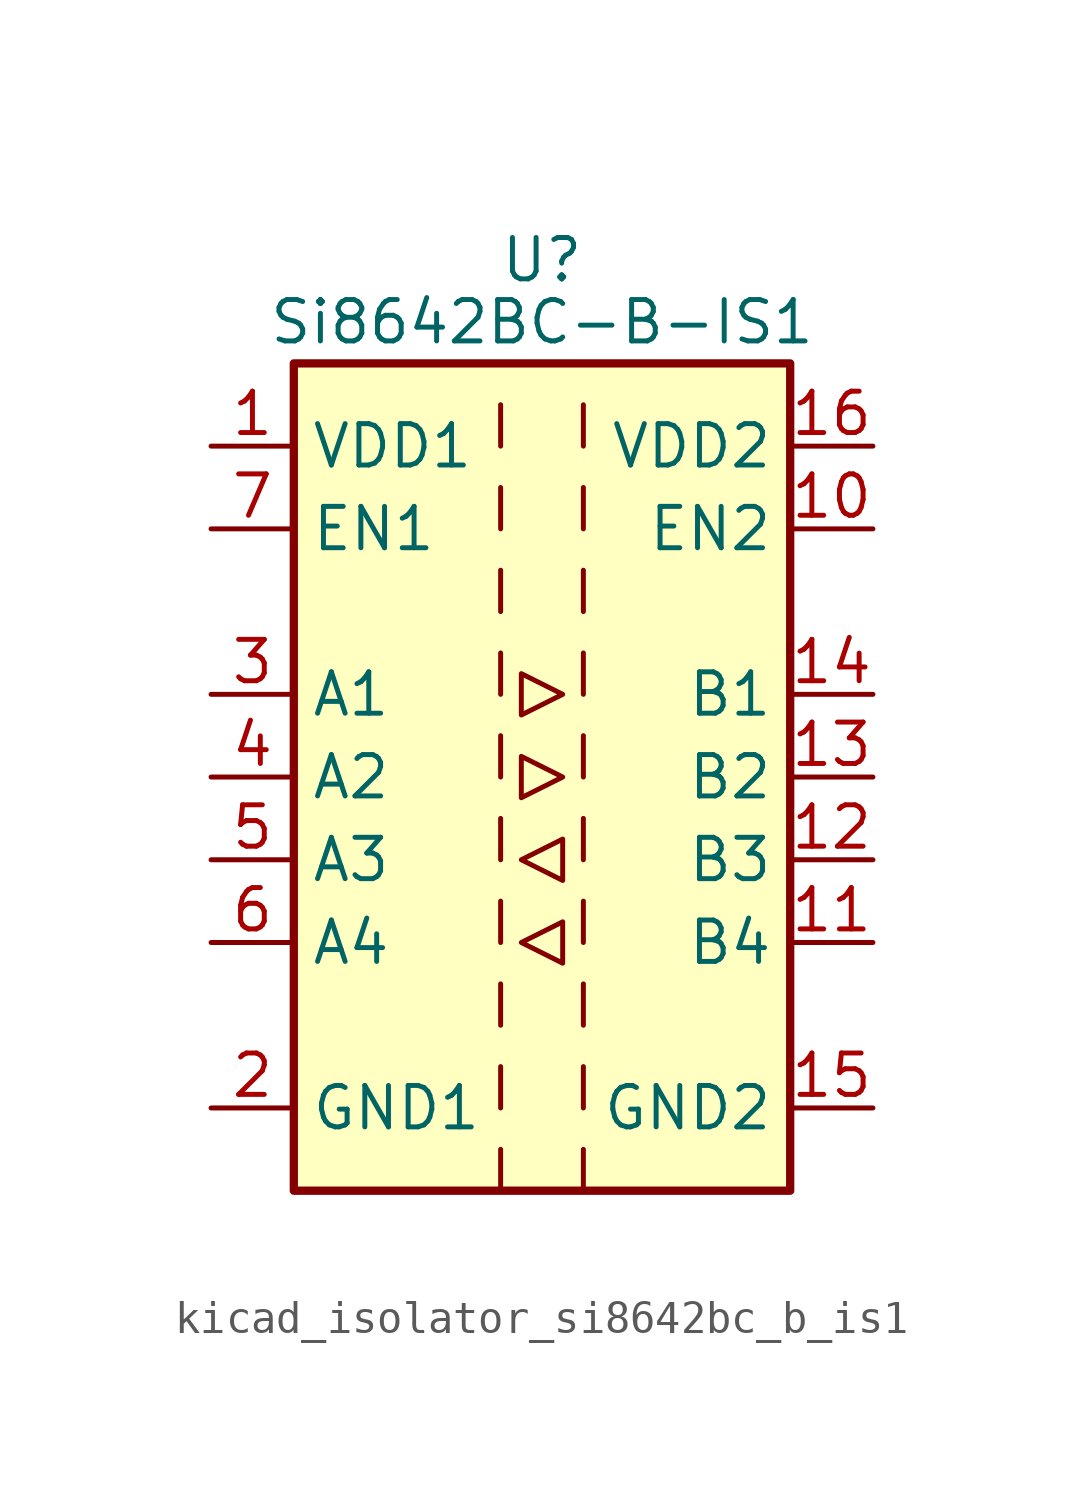
<source format=kicad_sym>
(kicad_symbol_lib
  (version 20220914)
  (generator kicad_symbol_editor)
  (symbol "kicad_isolator_si8642bc_b_is1"
    (property "Reference" "U"
      (at 0 15.875 0)
      (effects (font (size 1.27 1.27))))
    (property "Value" "Si8642BC-B-IS1"
      (at 0 13.97 0)
      (effects (font (size 1.27 1.27))))
    (symbol "kicad_isolator_si8642bc_b_is1_0_1"
      (rectangle (start -7.62 12.7) (end 7.62 -12.7) (stroke (width 0.254) (type default)) (fill (type background)))
      (polyline (pts (xy -1.27 -11.43) (xy -1.27 -12.7)) (stroke (width 0) (type default)) (fill (type none)))
      (polyline (pts (xy -1.27 -8.89) (xy -1.27 -10.16)) (stroke (width 0) (type default)) (fill (type none)))
      (polyline (pts (xy -1.27 -6.35) (xy -1.27 -7.62)) (stroke (width 0) (type default)) (fill (type none)))
      (polyline (pts (xy -1.27 -3.81) (xy -1.27 -5.08)) (stroke (width 0) (type default)) (fill (type none)))
      (polyline (pts (xy -1.27 -1.27) (xy -1.27 -2.54)) (stroke (width 0) (type default)) (fill (type none)))
      (polyline (pts (xy -1.27 1.27) (xy -1.27 0)) (stroke (width 0) (type default)) (fill (type none)))
      (polyline (pts (xy -1.27 3.81) (xy -1.27 2.54)) (stroke (width 0) (type default)) (fill (type none)))
      (polyline (pts (xy -1.27 6.35) (xy -1.27 5.08)) (stroke (width 0) (type default)) (fill (type none)))
      (polyline (pts (xy -1.27 8.89) (xy -1.27 7.62)) (stroke (width 0) (type default)) (fill (type none)))
      (polyline (pts (xy -1.27 11.43) (xy -1.27 10.16)) (stroke (width 0) (type default)) (fill (type none)))
      (polyline (pts (xy 1.27 -11.43) (xy 1.27 -12.7)) (stroke (width 0) (type default)) (fill (type none)))
      (polyline (pts (xy 1.27 -8.89) (xy 1.27 -10.16)) (stroke (width 0) (type default)) (fill (type none)))
      (polyline (pts (xy 1.27 -6.35) (xy 1.27 -7.62)) (stroke (width 0) (type default)) (fill (type none)))
      (polyline (pts (xy 1.27 -3.81) (xy 1.27 -5.08)) (stroke (width 0) (type default)) (fill (type none)))
      (polyline (pts (xy 1.27 -1.27) (xy 1.27 -2.54)) (stroke (width 0) (type default)) (fill (type none)))
      (polyline (pts (xy 1.27 1.27) (xy 1.27 0)) (stroke (width 0) (type default)) (fill (type none)))
      (polyline (pts (xy 1.27 3.81) (xy 1.27 2.54)) (stroke (width 0) (type default)) (fill (type none)))
      (polyline (pts (xy 1.27 6.35) (xy 1.27 5.08)) (stroke (width 0) (type default)) (fill (type none)))
      (polyline (pts (xy 1.27 8.89) (xy 1.27 7.62)) (stroke (width 0) (type default)) (fill (type none)))
      (polyline (pts (xy 1.27 11.43) (xy 1.27 10.16)) (stroke (width 0) (type default)) (fill (type none)))
      (polyline (pts (xy -0.635 -5.08) (xy 0.635 -4.445) (xy 0.635 -5.715) (xy -0.635 -5.08)) (stroke (width 0) (type default)) (fill (type none)))
      (polyline (pts (xy -0.635 -2.54) (xy 0.635 -1.905) (xy 0.635 -3.175) (xy -0.635 -2.54)) (stroke (width 0) (type default)) (fill (type none)))
      (polyline (pts (xy -0.635 0.635) (xy -0.635 -0.635) (xy 0.635 0) (xy -0.635 0.635)) (stroke (width 0) (type default)) (fill (type none)))
      (polyline (pts (xy -0.635 3.175) (xy -0.635 1.905) (xy 0.635 2.54) (xy -0.635 3.175)) (stroke (width 0) (type default)) (fill (type none))))
    (symbol "kicad_isolator_si8642bc_b_is1_1_1"
      (pin power_in line (at -10.16 10.16 0) (length 2.54) (name "VDD1" (effects (font (size 1.27 1.27)))) (number "1" (effects (font (size 1.27 1.27)))))
      (pin input line (at 10.16 7.62 180) (length 2.54) (name "EN2" (effects (font (size 1.27 1.27)))) (number "10" (effects (font (size 1.27 1.27)))))
      (pin input line (at 10.16 -5.08 180) (length 2.54) (name "B4" (effects (font (size 1.27 1.27)))) (number "11" (effects (font (size 1.27 1.27)))))
      (pin input line (at 10.16 -2.54 180) (length 2.54) (name "B3" (effects (font (size 1.27 1.27)))) (number "12" (effects (font (size 1.27 1.27)))))
      (pin output line (at 10.16 0 180) (length 2.54) (name "B2" (effects (font (size 1.27 1.27)))) (number "13" (effects (font (size 1.27 1.27)))))
      (pin output line (at 10.16 2.54 180) (length 2.54) (name "B1" (effects (font (size 1.27 1.27)))) (number "14" (effects (font (size 1.27 1.27)))))
      (pin power_in line (at 10.16 -10.16 180) (length 2.54) (name "GND2" (effects (font (size 1.27 1.27)))) (number "15" (effects (font (size 1.27 1.27)))))
      (pin power_in line (at 10.16 10.16 180) (length 2.54) (name "VDD2" (effects (font (size 1.27 1.27)))) (number "16" (effects (font (size 1.27 1.27)))))
      (pin power_in line (at -10.16 -10.16 0) (length 2.54) (name "GND1" (effects (font (size 1.27 1.27)))) (number "2" (effects (font (size 1.27 1.27)))))
      (pin input line (at -10.16 2.54 0) (length 2.54) (name "A1" (effects (font (size 1.27 1.27)))) (number "3" (effects (font (size 1.27 1.27)))))
      (pin input line (at -10.16 0 0) (length 2.54) (name "A2" (effects (font (size 1.27 1.27)))) (number "4" (effects (font (size 1.27 1.27)))))
      (pin output line (at -10.16 -2.54 0) (length 2.54) (name "A3" (effects (font (size 1.27 1.27)))) (number "5" (effects (font (size 1.27 1.27)))))
      (pin output line (at -10.16 -5.08 0) (length 2.54) (name "A4" (effects (font (size 1.27 1.27)))) (number "6" (effects (font (size 1.27 1.27)))))
      (pin input line (at -10.16 7.62 0) (length 2.54) (name "EN1" (effects (font (size 1.27 1.27)))) (number "7" (effects (font (size 1.27 1.27)))))
      (pin passive line (at -10.16 -10.16 0) (length 2.54) hide (name "GND1" (effects (font (size 1.27 1.27)))) (number "8" (effects (font (size 1.27 1.27)))))
      (pin passive line (at 10.16 -10.16 180) (length 2.54) hide (name "GND2" (effects (font (size 1.27 1.27)))) (number "9" (effects (font (size 1.27 1.27))))))))
</source>
